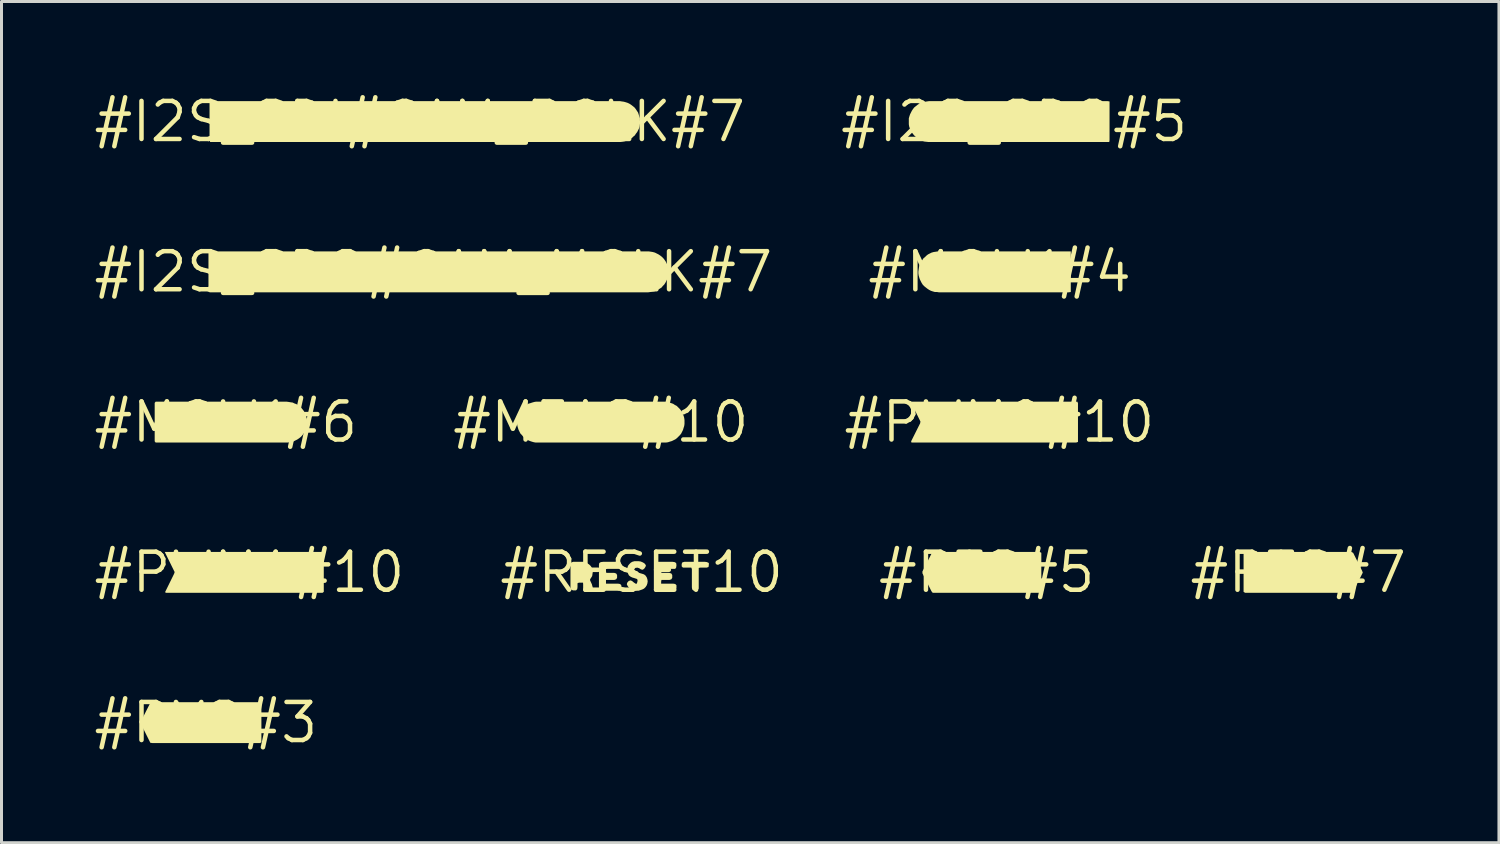
<source format=kicad_pcb>
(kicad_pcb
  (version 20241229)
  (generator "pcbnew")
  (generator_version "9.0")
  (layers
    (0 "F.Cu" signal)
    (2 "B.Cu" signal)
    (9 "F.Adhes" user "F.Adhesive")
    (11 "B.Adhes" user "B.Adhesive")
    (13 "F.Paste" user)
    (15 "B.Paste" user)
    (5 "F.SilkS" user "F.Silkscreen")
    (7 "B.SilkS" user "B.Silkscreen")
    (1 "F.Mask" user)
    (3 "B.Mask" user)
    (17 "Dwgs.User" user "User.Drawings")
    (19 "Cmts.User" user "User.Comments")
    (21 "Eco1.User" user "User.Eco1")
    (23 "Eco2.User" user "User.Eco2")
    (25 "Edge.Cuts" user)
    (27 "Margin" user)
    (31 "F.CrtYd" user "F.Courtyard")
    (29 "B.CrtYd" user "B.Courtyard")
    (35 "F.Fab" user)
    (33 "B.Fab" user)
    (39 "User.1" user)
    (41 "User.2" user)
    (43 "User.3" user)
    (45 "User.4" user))
  (footprint "#MEAS#10"
    (layer "F.Cu")
    (at 16.992 11.031)
    (property "Reference" "#MEAS#10" (at 0 0 0) (layer "F.SilkS") (effects (font (size 1.27 1.27) (thickness 0.15))))
    (fp_poly (pts (xy 2.221 -0.672) (xy 2.291 -0.652) (xy 2.351 -0.632) (xy 2.411 -0.612) (xy 2.471 -0.572) (xy 2.531 -0.542) (xy 2.632 -0.442) (xy 2.672 -0.391) (xy 2.702 -0.331) (xy 2.762 -0.211) (xy 2.782 -0.141) (xy 2.792 -0.07) (xy 2.792 0.06) (xy 2.782 0.131) (xy 2.762 0.191) (xy 2.742 0.261) (xy 2.712 0.321) (xy 2.682 0.381) (xy 2.642 0.432) (xy 2.542 0.532) (xy 2.491 0.572) (xy 2.431 0.602) (xy 2.371 0.632) (xy 2.301 0.652) (xy 2.241 0.672) (xy 2.17 0.682) (xy -2.17 0.682) (xy -2.231 0.672) (xy -2.301 0.652) (xy -2.361 0.632) (xy -2.431 0.602) (xy -2.481 0.572) (xy -2.542 0.532) (xy -2.592 0.482) (xy -2.632 0.432) (xy -2.682 0.381) (xy -2.712 0.321) (xy -2.742 0.261) (xy -2.762 0.201) (xy -2.782 0.131) (xy -2.792 0.06) (xy -2.792 -0.07) (xy -2.782 -0.141) (xy -2.762 -0.211) (xy -2.742 -0.271) (xy -2.712 -0.331) (xy -2.672 -0.391) (xy -2.632 -0.442) (xy -2.582 -0.492) (xy -2.531 -0.532) (xy -2.471 -0.572) (xy -2.421 -0.612) (xy -2.351 -0.632) (xy -2.291 -0.652) (xy -2.221 -0.672) (xy -2.16 -0.682) (xy 2.15 -0.682)) (stroke (width 0) (type solid)) (fill yes) (layer "F.SilkS")))
  (footprint "#I2S_SDO#CAM_MCLK#7"
    (layer "F.Cu")
    (at 11.407 6.019)
    (property "Reference" "#I2S_SDO#CAM_MCLK#7" (at 0 0 0) (layer "F.SilkS") (effects (font (size 1.27 1.27) (thickness 0.15))))
    (fp_poly (pts (xy 7.26 -0.672) (xy 7.321 -0.662) (xy 7.391 -0.642) (xy 7.451 -0.612) (xy 7.511 -0.582) (xy 7.571 -0.542) (xy 7.622 -0.502) (xy 7.672 -0.452) (xy 7.712 -0.401) (xy 7.752 -0.341) (xy 7.782 -0.281) (xy 7.812 -0.221) (xy 7.832 -0.161) (xy 7.843 -0.09) (xy 7.843 0.04) (xy 7.832 0.11) (xy 7.822 0.181) (xy 7.802 0.241) (xy 7.772 0.301) (xy 7.742 0.361) (xy 7.702 0.422) (xy 7.652 0.472) (xy 7.612 0.522) (xy 7.551 0.562) (xy 7.491 0.592) (xy 7.431 0.622) (xy 7.371 0.652) (xy 7.3 0.662) (xy 7.24 0.672) (xy 7.17 0.682) (xy -7.461 0.682) (xy -7.503 0.662) (xy -7.503 -0.63) (xy -7.482 -0.682) (xy 7.19 -0.682)) (stroke (width 0) (type solid)) (fill yes) (layer "F.SilkS")))
  (footprint "#I2S_SDI#CAM_PCLK#7"
    (layer "F.Cu")
    (at 10.953 1.006)
    (property "Reference" "#I2S_SDI#CAM_PCLK#7" (at 0 0 0) (layer "F.SilkS") (effects (font (size 1.27 1.27) (thickness 0.15))))
    (fp_poly (pts (xy 6.74 -0.672) (xy 6.811 -0.662) (xy 6.881 -0.642) (xy 6.941 -0.622) (xy 7.001 -0.592) (xy 7.061 -0.552) (xy 7.112 -0.512) (xy 7.162 -0.472) (xy 7.202 -0.421) (xy 7.282 -0.301) (xy 7.302 -0.241) (xy 7.322 -0.171) (xy 7.343 -0.11) (xy 7.343 -0.04) (xy 7.353 0.03) (xy 7.342 0.09) (xy 7.332 0.161) (xy 7.312 0.231) (xy 7.282 0.291) (xy 7.252 0.351) (xy 7.212 0.401) (xy 7.172 0.462) (xy 7.122 0.502) (xy 7.071 0.552) (xy 7.011 0.582) (xy 6.951 0.622) (xy 6.891 0.642) (xy 6.821 0.662) (xy 6.76 0.672) (xy 6.69 0.682) (xy -6.992 0.682) (xy -7.013 0.62) (xy -7.013 -0.662) (xy -6.95 -0.682) (xy 6.68 -0.682)) (stroke (width 0) (type solid)) (fill yes) (layer "F.SilkS")))
  (footprint "#PWM0#10"
    (layer "F.Cu")
    (at 30.287 11.031)
    (property "Reference" "#PWM0#10" (at 0 0 0) (layer "F.SilkS") (effects (font (size 1.27 1.27) (thickness 0.15))))
    (fp_poly (pts (xy 2.623 -0.63) (xy 2.623 0.662) (xy 2.56 0.682) (xy -2.932 0.682) (xy -2.943 0.64) (xy -2.642 0.039) (xy -2.633 -0.02) (xy -2.932 -0.629) (xy -2.943 -0.682) (xy 2.602 -0.682)) (stroke (width 0) (type solid)) (fill yes) (layer "F.SilkS")))
  (footprint "#MCLK#6"
    (layer "F.Cu")
    (at 4.483 11.031)
    (property "Reference" "#MCLK#6" (at 0 0 0) (layer "F.SilkS") (effects (font (size 1.27 1.27) (thickness 0.15))))
    (fp_poly (pts (xy 2.1 -0.672) (xy 2.16 -0.662) (xy 2.231 -0.652) (xy 2.291 -0.622) (xy 2.351 -0.602) (xy 2.411 -0.562) (xy 2.472 -0.522) (xy 2.522 -0.472) (xy 2.562 -0.422) (xy 2.602 -0.371) (xy 2.632 -0.311) (xy 2.662 -0.251) (xy 2.682 -0.181) (xy 2.702 -0.121) (xy 2.712 -0.05) (xy 2.712 0.02) (xy 2.702 0.08) (xy 2.692 0.151) (xy 2.672 0.221) (xy 2.652 0.281) (xy 2.622 0.341) (xy 2.582 0.401) (xy 2.542 0.452) (xy 2.492 0.502) (xy 2.441 0.542) (xy 2.381 0.582) (xy 2.321 0.612) (xy 2.261 0.642) (xy 2.201 0.662) (xy 2.13 0.672) (xy 2.06 0.682) (xy -2.341 0.682) (xy -2.373 0.641) (xy -2.373 -0.641) (xy -2.341 -0.682) (xy 2.03 -0.682)) (stroke (width 0) (type solid)) (fill yes) (layer "F.SilkS")))
  (footprint "#PWM1#10"
    (layer "F.Cu")
    (at 5.269 16.043)
    (property "Reference" "#PWM1#10" (at 0 0 0) (layer "F.SilkS") (effects (font (size 1.27 1.27) (thickness 0.15))))
    (fp_poly (pts (xy 2.482 -0.63) (xy 2.482 0.651) (xy 2.441 0.682) (xy -2.781 0.682) (xy -2.813 0.661) (xy -2.512 0.049) (xy -2.493 -0.01) (xy -2.824 -0.682) (xy 2.462 -0.682)) (stroke (width 0) (type solid)) (fill yes) (layer "F.SilkS")))
  (footprint "#RESET10"
    (layer "F.Cu")
    (at 18.353 16.043)
    (property "Reference" "#RESET10" (at 0 0 0) (layer "F.SilkS") (effects (font (size 1.27 1.27) (thickness 0.15))))
    (fp_poly (pts (xy 2.181 -0.342) (xy 2.243 -0.312) (xy 2.243 -0.25) (xy 2.232 -0.178) (xy 2.17 -0.158) (xy 1.96 -0.158) (xy 1.903 -0.148) (xy 1.903 0.541) (xy 1.872 0.592) (xy 1.81 0.613) (xy 1.739 0.613) (xy 1.688 0.571) (xy 1.677 0.5) (xy 1.677 -0.11) (xy 1.658 -0.158) (xy 1.379 -0.158) (xy 1.337 -0.199) (xy 1.337 -0.28) (xy 1.358 -0.332) (xy 1.43 -0.352) (xy 2.11 -0.352)) (stroke (width 0) (type solid)) (fill yes) (layer "F.SilkS"))
    (fp_poly (pts (xy -0.739 -0.342) (xy -0.688 -0.312) (xy -0.677 -0.24) (xy -0.688 -0.159) (xy -0.729 -0.117) (xy -1.13 -0.117) (xy -1.188 -0.108) (xy -1.188 -0.04) (xy -1.178 0.018) (xy -0.91 0.018) (xy -0.848 0.038) (xy -0.818 0.089) (xy -0.818 0.181) (xy -0.848 0.232) (xy -0.91 0.253) (xy -1.188 0.253) (xy -1.188 0.378) (xy -0.78 0.378) (xy -0.719 0.388) (xy -0.677 0.429) (xy -0.677 0.52) (xy -0.698 0.582) (xy -0.749 0.613) (xy -1.29 0.613) (xy -1.371 0.602) (xy -1.412 0.571) (xy -1.423 0.5) (xy -1.423 -0.25) (xy -1.412 -0.312) (xy -1.361 -0.342) (xy -1.28 -0.352) (xy -0.81 -0.352)) (stroke (width 0) (type solid)) (fill yes) (layer "F.SilkS"))
    (fp_poly (pts (xy 1.101 -0.342) (xy 1.152 -0.312) (xy 1.163 -0.24) (xy 1.152 -0.159) (xy 1.121 -0.117) (xy 0.71 -0.117) (xy 0.652 -0.108) (xy 0.652 -0.04) (xy 0.662 0.018) (xy 0.93 0.018) (xy 0.992 0.038) (xy 1.022 0.089) (xy 1.022 0.181) (xy 0.992 0.232) (xy 0.93 0.253) (xy 0.662 0.253) (xy 0.652 0.31) (xy 0.652 0.378) (xy 1.06 0.378) (xy 1.121 0.388) (xy 1.163 0.429) (xy 1.163 0.52) (xy 1.142 0.582) (xy 1.101 0.613) (xy 0.55 0.613) (xy 0.469 0.602) (xy 0.428 0.571) (xy 0.417 0.5) (xy 0.417 -0.25) (xy 0.438 -0.312) (xy 0.479 -0.342) (xy 0.56 -0.352) (xy 1.03 -0.352)) (stroke (width 0) (type solid)) (fill yes) (layer "F.SilkS"))
    (fp_poly (pts (xy -1.869 -0.332) (xy -1.809 -0.302) (xy -1.75 -0.263) (xy -1.75 -0.264) (xy -1.748 -0.262) (xy -1.746 -0.26) (xy -1.747 -0.26) (xy -1.698 -0.212) (xy -1.658 -0.151) (xy -1.638 -0.091) (xy -1.627 -0.02) (xy -1.638 0.05) (xy -1.648 0.121) (xy -1.678 0.171) (xy -1.718 0.231) (xy -1.718 0.269) (xy -1.658 0.399) (xy -1.648 0.439) (xy -1.627 0.51) (xy -1.648 0.552) (xy -1.719 0.602) (xy -1.78 0.613) (xy -1.842 0.582) (xy -1.912 0.411) (xy -1.951 0.343) (xy -2.09 0.343) (xy -2.138 0.362) (xy -2.138 0.49) (xy -2.148 0.561) (xy -2.189 0.603) (xy -2.28 0.603) (xy -2.342 0.582) (xy -2.373 0.531) (xy -2.373 -0.281) (xy -2.342 -0.332) (xy -2.28 -0.352) (xy -1.93 -0.352)) (stroke (width 0) (type solid)) (fill yes) (layer "F.SilkS"))
    (fp_poly (pts (xy -0.029 -0.362) (xy 0.041 -0.332) (xy 0.092 -0.302) (xy 0.143 -0.241) (xy 0.132 -0.189) (xy 0.092 -0.128) (xy 0.041 -0.087) (xy -0.021 -0.098) (xy -0.081 -0.138) (xy -0.14 -0.157) (xy -0.209 -0.148) (xy -0.247 -0.1) (xy -0.228 -0.042) (xy -0.179 -0.012) (xy -0.049 0.028) (xy 0.021 0.048) (xy 0.081 0.068) (xy 0.132 0.108) (xy 0.172 0.169) (xy 0.192 0.229) (xy 0.203 0.3) (xy 0.192 0.371) (xy 0.172 0.431) (xy 0.132 0.492) (xy 0.081 0.542) (xy 0.021 0.572) (xy -0.039 0.592) (xy -0.1 0.613) (xy -0.17 0.613) (xy -0.241 0.602) (xy -0.311 0.582) (xy -0.361 0.552) (xy -0.422 0.512) (xy -0.462 0.461) (xy -0.493 0.4) (xy -0.482 0.349) (xy -0.431 0.288) (xy -0.37 0.267) (xy -0.319 0.288) (xy -0.259 0.338) (xy -0.199 0.378) (xy -0.13 0.387) (xy -0.062 0.368) (xy -0.043 0.32) (xy -0.052 0.262) (xy -0.111 0.232) (xy -0.181 0.212) (xy -0.241 0.192) (xy -0.311 0.172) (xy -0.371 0.142) (xy -0.422 0.102) (xy -0.452 0.041) (xy -0.472 -0.019) (xy -0.483 -0.09) (xy -0.472 -0.161) (xy -0.452 -0.221) (xy -0.412 -0.272) (xy -0.362 -0.322) (xy -0.311 -0.352) (xy -0.24 -0.372) (xy -0.1 -0.372)) (stroke (width 0) (type solid)) (fill yes) (layer "F.SilkS")))
  (footprint "#MCLK#4"
    (layer "F.Cu")
    (at 30.297 6.019)
    (property "Reference" "#MCLK#4" (at 0 0 0) (layer "F.SilkS") (effects (font (size 1.27 1.27) (thickness 0.15))))
    (fp_poly (pts (xy 2.373 0.672) (xy 2.31 0.682) (xy -2.03 0.682) (xy -2.09 0.672) (xy -2.16 0.672) (xy -2.231 0.652) (xy -2.291 0.632) (xy -2.351 0.602) (xy -2.411 0.562) (xy -2.462 0.522) (xy -2.512 0.482) (xy -2.562 0.432) (xy -2.602 0.371) (xy -2.632 0.311) (xy -2.662 0.251) (xy -2.682 0.191) (xy -2.702 0.121) (xy -2.712 0.05) (xy -2.712 -0.01) (xy -2.702 -0.08) (xy -2.692 -0.15) (xy -2.682 -0.211) (xy -2.652 -0.281) (xy -2.622 -0.341) (xy -2.582 -0.391) (xy -2.542 -0.452) (xy -2.492 -0.492) (xy -2.442 -0.542) (xy -2.391 -0.582) (xy -2.331 -0.612) (xy -2.271 -0.642) (xy -2.201 -0.662) (xy -2.13 -0.672) (xy -2.07 -0.682) (xy 2.373 -0.682)) (stroke (width 0) (type solid)) (fill yes) (layer "F.SilkS")))
  (footprint "#I2S_SDO#5"
    (layer "F.Cu")
    (at 30.78 1.006)
    (property "Reference" "#I2S_SDO#5" (at 0 0 0) (layer "F.SilkS") (effects (font (size 1.27 1.27) (thickness 0.15))))
    (fp_poly (pts (xy -2.93 0.672) (xy -3.001 0.662) (xy -3.061 0.642) (xy -3.121 0.612) (xy -3.181 0.582) (xy -3.241 0.552) (xy -3.342 0.452) (xy -3.382 0.402) (xy -3.422 0.351) (xy -3.452 0.291) (xy -3.482 0.221) (xy -3.502 0.161) (xy -3.513 0.09) (xy -3.513 -0.11) (xy -3.492 -0.181) (xy -3.472 -0.241) (xy -3.442 -0.301) (xy -3.412 -0.361) (xy -3.372 -0.421) (xy -3.332 -0.472) (xy -3.282 -0.512) (xy -3.221 -0.562) (xy -3.171 -0.592) (xy -3.111 -0.622) (xy -3.041 -0.652) (xy -2.98 -0.662) (xy -2.91 -0.672) (xy -2.84 -0.682) (xy 3.12 -0.682) (xy 3.183 -0.672) (xy 3.183 0.62) (xy 3.172 0.682) (xy -2.86 0.682)) (stroke (width 0) (type solid)) (fill yes) (layer "F.SilkS")))
  (footprint "#RTS#5"
    (layer "F.Cu")
    (at 29.864 16.043)
    (property "Reference" "#RTS#5" (at 0 0 0) (layer "F.SilkS") (effects (font (size 1.27 1.27) (thickness 0.15))))
    (fp_poly (pts (xy 1.823 -0.651) (xy 1.823 0.641) (xy 1.791 0.682) (xy -1.801 0.682) (xy -1.842 0.631) (xy -2.143 0.031) (xy -2.143 -0.031) (xy -1.832 -0.641) (xy -1.791 -0.682) (xy 1.771 -0.682)) (stroke (width 0) (type solid)) (fill yes) (layer "F.SilkS")))
  (footprint "#RX2#3"
    (layer "F.Cu")
    (at 3.817 21.056)
    (property "Reference" "#RX2#3" (at 0 0 0) (layer "F.SilkS") (effects (font (size 1.27 1.27) (thickness 0.15))))
    (fp_poly (pts (xy 1.853 -0.641) (xy 1.853 0.651) (xy 1.811 0.682) (xy -1.78 0.682) (xy -1.852 0.672) (xy -2.183 0.01) (xy -2.162 -0.051) (xy -1.852 -0.662) (xy -1.8 -0.682) (xy 1.811 -0.682)) (stroke (width 0) (type solid)) (fill yes) (layer "F.SilkS")))
  (footprint "#RTS#7"
    (layer "F.Cu")
    (at 40.257 16.043)
    (property "Reference" "#RTS#7" (at 0 0 0) (layer "F.SilkS") (effects (font (size 1.27 1.27) (thickness 0.15))))
    (fp_poly (pts (xy 1.832 -0.652) (xy 2.132 -0.051) (xy 2.153 0.01) (xy 1.812 0.682) (xy -1.771 0.682) (xy -1.823 0.651) (xy -1.823 -0.641) (xy -1.791 -0.682) (xy 1.771 -0.682)) (stroke (width 0) (type solid)) (fill yes) (layer "F.SilkS")))
  (gr_rect
    (start -3 -3)
    (end 46.953 25.062)
    (stroke (width 0.1) (type default))
    (fill no)
    (layer "Edge.Cuts")))
</source>
